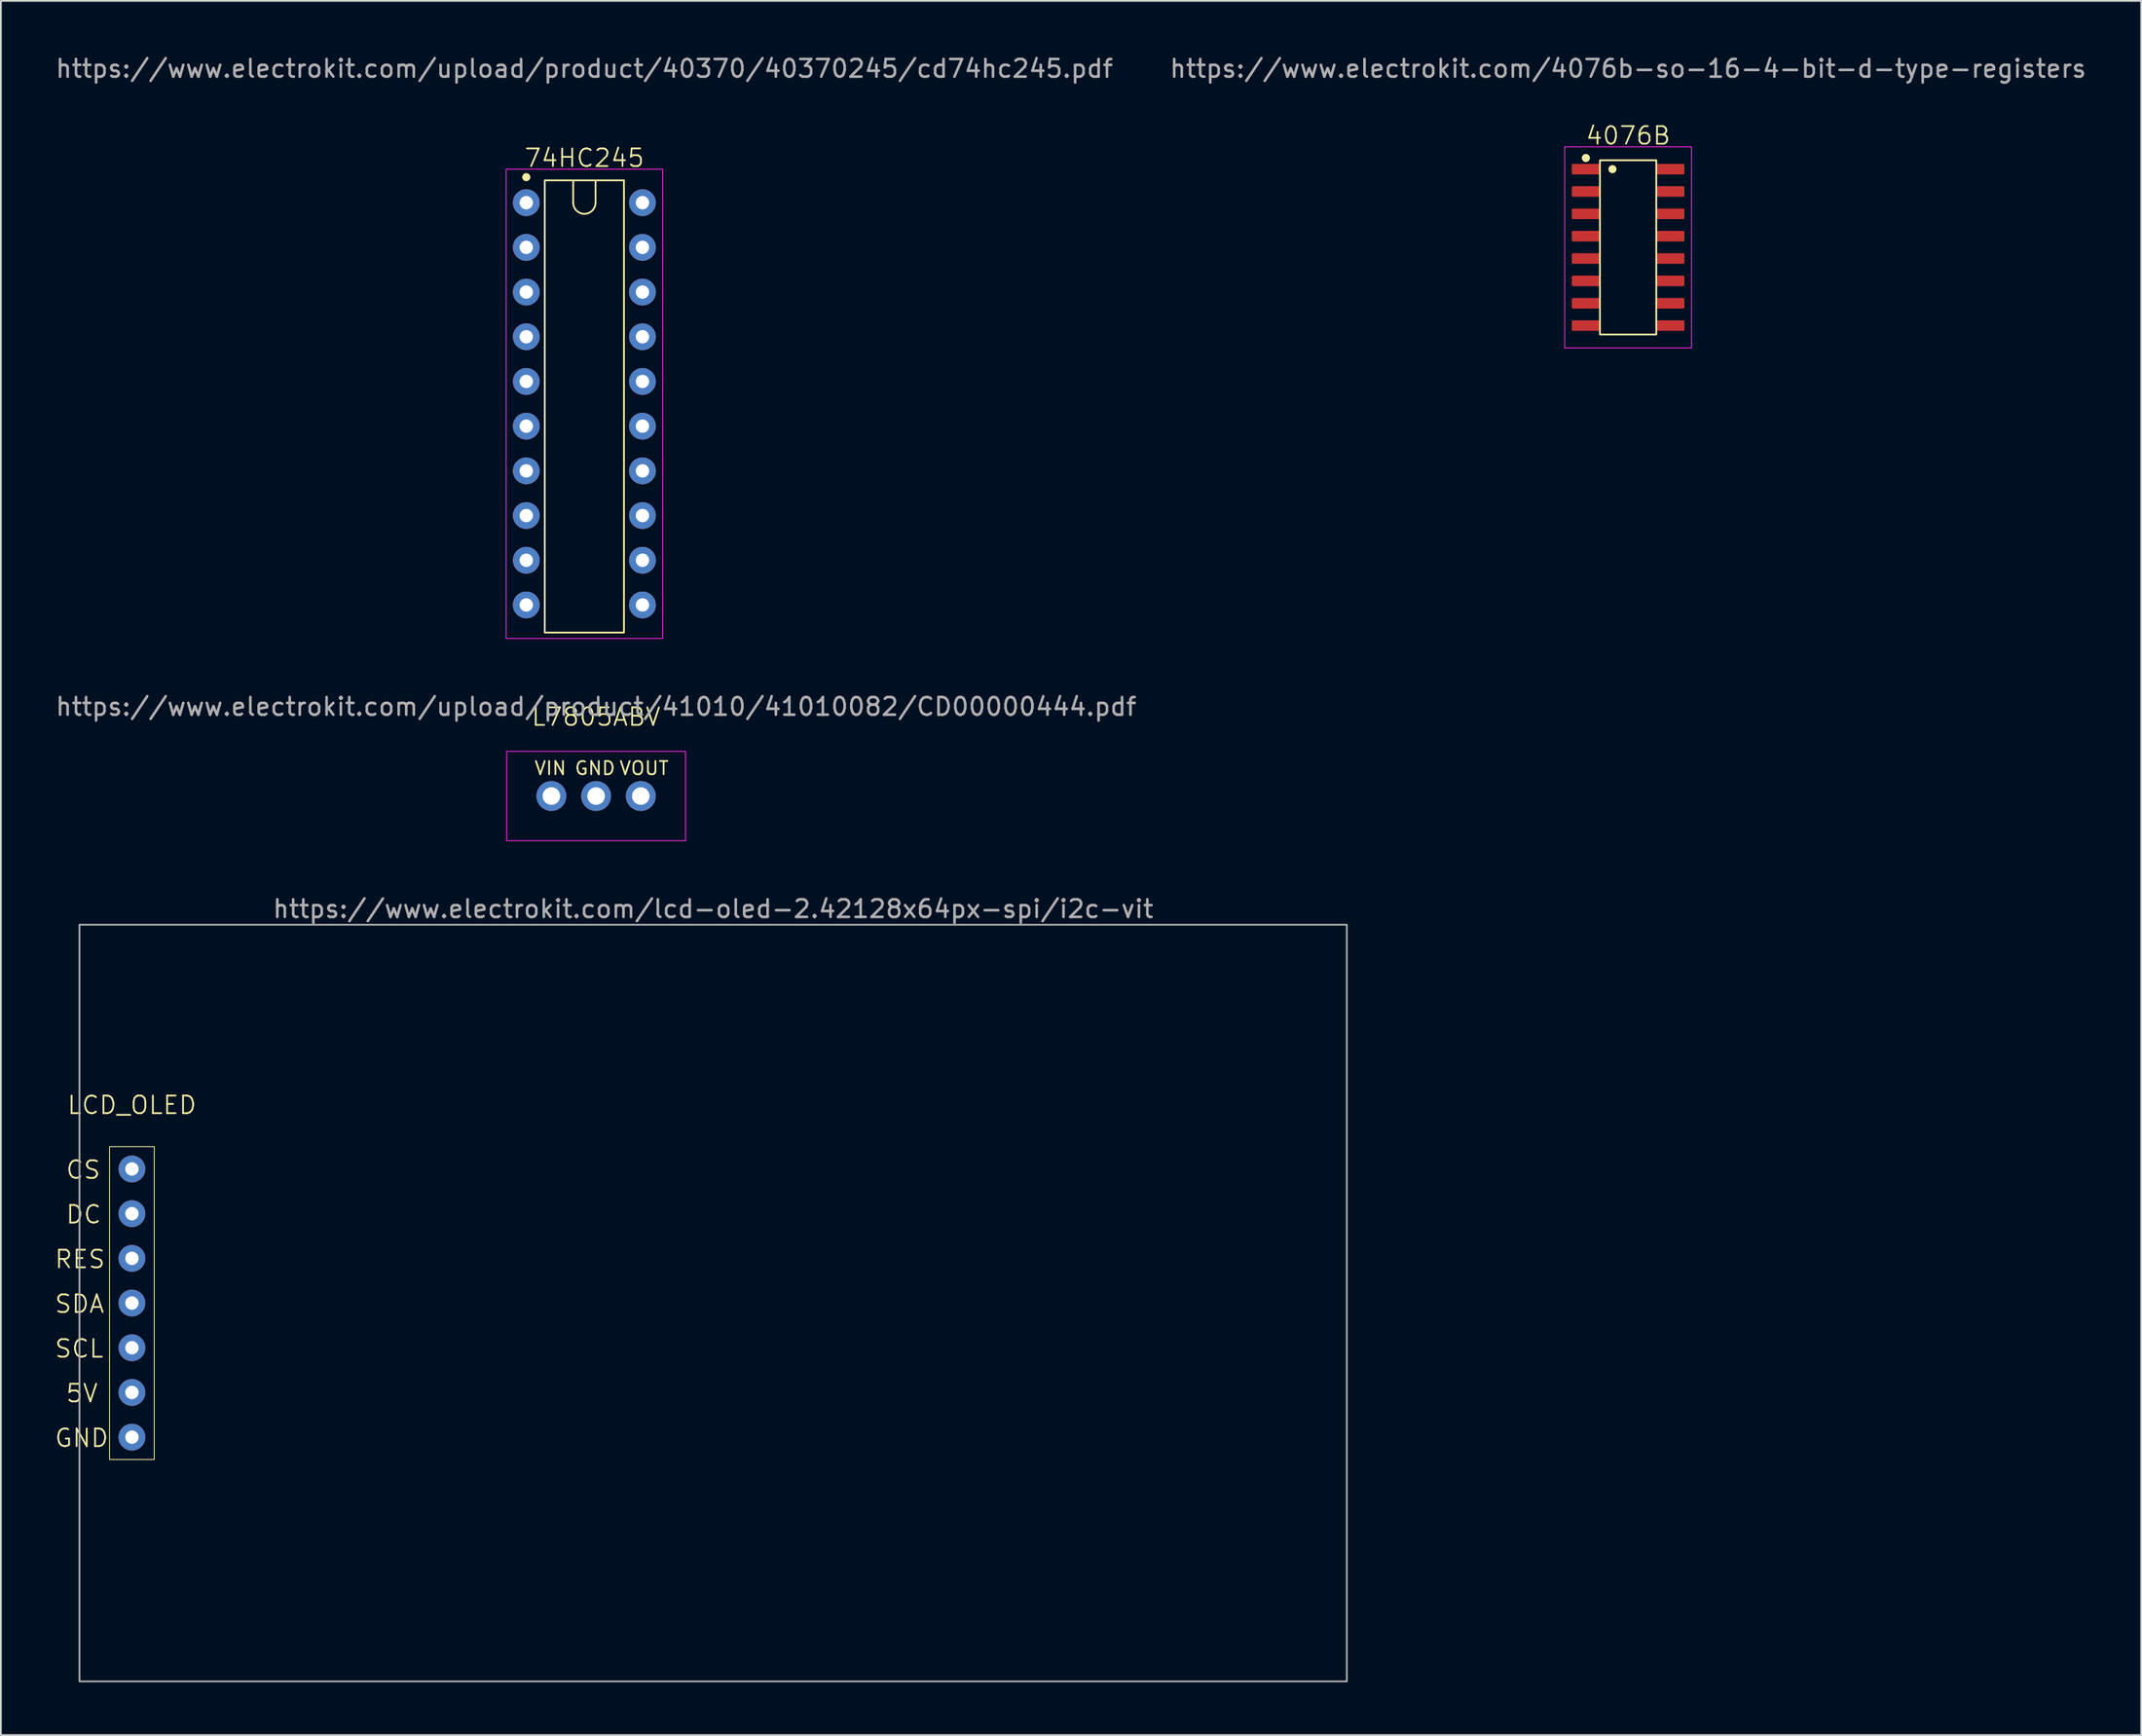
<source format=kicad_pcb>
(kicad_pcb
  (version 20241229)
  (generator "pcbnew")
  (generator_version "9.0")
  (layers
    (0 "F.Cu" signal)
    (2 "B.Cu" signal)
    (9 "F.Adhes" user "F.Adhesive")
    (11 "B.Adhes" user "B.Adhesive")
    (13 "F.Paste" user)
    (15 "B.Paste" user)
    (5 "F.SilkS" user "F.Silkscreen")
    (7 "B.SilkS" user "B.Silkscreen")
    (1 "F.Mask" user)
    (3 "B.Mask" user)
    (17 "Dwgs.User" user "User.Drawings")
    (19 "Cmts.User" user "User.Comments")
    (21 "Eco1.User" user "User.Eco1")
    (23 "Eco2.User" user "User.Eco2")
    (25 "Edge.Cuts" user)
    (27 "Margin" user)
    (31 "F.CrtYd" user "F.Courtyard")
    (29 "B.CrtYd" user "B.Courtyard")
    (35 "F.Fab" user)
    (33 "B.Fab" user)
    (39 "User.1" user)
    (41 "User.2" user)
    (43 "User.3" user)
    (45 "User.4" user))
  (footprint "LCD_OLED"
    (layer "F.Cu")
    (at 4.445 71)
    (property "Reference" "LCD_OLED" (at 0 -11.25 0) (unlocked yes) (layer "F.SilkS") (effects (font (size 1 1) (thickness 0.1))))
    (attr through_hole)
    (fp_rect (start -1.27 -8.89) (end 1.27 8.89) (stroke (width 0.05) (type default)) (fill no) (layer "F.SilkS"))
    (fp_rect (start -2.98 -21.5) (end 69.02 21.5) (stroke (width 0.1) (type default)) (fill no) (layer "F.Fab"))
    (fp_text user "RES" (at -4.445 -1.905 0) (unlocked yes) (layer "F.SilkS") (effects (font (size 1 1) (thickness 0.1)) (justify left bottom)))
    (fp_text user "DC" (at -3.81 -4.445 0) (unlocked yes) (layer "F.SilkS") (effects (font (size 1 1) (thickness 0.1)) (justify left bottom)))
    (fp_text user "5V" (at -3.81 5.715 0) (unlocked yes) (layer "F.SilkS") (effects (font (size 1 1) (thickness 0.1)) (justify left bottom)))
    (fp_text user "SCL" (at -4.445 3.175 0) (unlocked yes) (layer "F.SilkS") (effects (font (size 1 1) (thickness 0.1)) (justify left bottom)))
    (fp_text user "GND" (at -4.445 8.255 0) (unlocked yes) (layer "F.SilkS") (effects (font (size 1 1) (thickness 0.1)) (justify left bottom)))
    (fp_text user "SDA" (at -4.445 0.635 0) (unlocked yes) (layer "F.SilkS") (effects (font (size 1 1) (thickness 0.1)) (justify left bottom)))
    (fp_text user "CS" (at -3.81 -6.985 0) (unlocked yes) (layer "F.SilkS") (effects (font (size 1 1) (thickness 0.1)) (justify left bottom)))
    (fp_text user "https://www.electrokit.com/lcd-oled-2.42128x64px-spi/i2c-vit" (at 33.02 -22.4 0) (unlocked yes) (layer "F.Fab") (effects (font (size 1 1) (thickness 0.15))))
    (pad "1" thru_hole circle (at 0 7.62) (size 1.524 1.524) (drill 0.762) (layers "*.Cu" "*.Mask"))
    (pad "2" thru_hole circle (at 0 5.08) (size 1.524 1.524) (drill 0.762) (layers "*.Cu" "*.Mask"))
    (pad "3" thru_hole circle (at 0 2.54) (size 1.524 1.524) (drill 0.762) (layers "*.Cu" "*.Mask"))
    (pad "4" thru_hole circle (at 0 0) (size 1.524 1.524) (drill 0.762) (layers "*.Cu" "*.Mask"))
    (pad "5" thru_hole circle (at 0 -2.54) (size 1.524 1.524) (drill 0.762) (layers "*.Cu" "*.Mask"))
    (pad "6" thru_hole circle (at 0 -5.08) (size 1.524 1.524) (drill 0.762) (layers "*.Cu" "*.Mask"))
    (pad "7" thru_hole circle (at 0 -7.62) (size 1.524 1.524) (drill 0.762) (layers "*.Cu" "*.Mask")))
  (footprint "L7805ABV"
    (layer "F.Cu")
    (at 30.815 42.187)
    (property "Reference" "L7805ABV" (at 0 -4.5 0) (unlocked yes) (layer "F.SilkS") (effects (font (size 1 1) (thickness 0.1))))
    (attr through_hole)
    (fp_rect (start -5.08 -2.54) (end 5.08 2.54) (stroke (width 0.05) (type default)) (fill no) (layer "F.CrtYd"))
    (fp_text user "VIN" (at -3.556 -1.143 0) (unlocked yes) (layer "F.SilkS") (effects (font (size 0.75 0.75) (thickness 0.1)) (justify left bottom)))
    (fp_text user "GND" (at -1.27 -1.143 0) (unlocked yes) (layer "F.SilkS") (effects (font (size 0.75 0.75) (thickness 0.1)) (justify left bottom)))
    (fp_text user "VOUT" (at 1.27 -1.143 0) (unlocked yes) (layer "F.SilkS") (effects (font (size 0.75 0.75) (thickness 0.1)) (justify left bottom)))
    (fp_text user "https://www.electrokit.com/upload/product/41010/41010082/CD00000444.pdf" (at 0 -5.08 0) (unlocked yes) (layer "F.Fab") (effects (font (size 1 1) (thickness 0.15))))
    (pad "1" thru_hole circle (at -2.54 0) (size 1.7 1.7) (drill 1) (layers "*.Cu" "*.Mask"))
    (pad "2" thru_hole circle (at 0 0) (size 1.7 1.7) (drill 1) (layers "*.Cu" "*.Mask"))
    (pad "3" thru_hole circle (at 2.54 0) (size 1.7 1.7) (drill 1) (layers "*.Cu" "*.Mask")))
  (footprint "4076B"
    (layer "F.Cu")
    (at 89.446 11.008)
    (property "Reference" "4076B" (at 0 -6.35 0) (unlocked yes) (layer "F.SilkS") (effects (font (size 1 1) (thickness 0.1))))
    (attr smd)
    (fp_rect (start -1.6 -4.95) (end 1.6 4.95) (stroke (width 0.1) (type solid)) (fill no) (layer "F.SilkS"))
    (fp_circle (center -2.4 -5.08) (end -2.22 -5.08) (stroke (width 0.1) (type solid)) (fill yes) (layer "F.SilkS"))
    (fp_circle (center -0.889 -4.445) (end -0.709 -4.445) (stroke (width 0.1) (type solid)) (fill yes) (layer "F.SilkS"))
    (fp_line (start -3.6 -5.715) (end -3.6 5.715) (stroke (width 0.05) (type default)) (layer "F.CrtYd"))
    (fp_line (start -3.6 5.715) (end 3.6 5.715) (stroke (width 0.05) (type default)) (layer "F.CrtYd"))
    (fp_line (start 3.6 -5.715) (end -3.6 -5.715) (stroke (width 0.05) (type default)) (layer "F.CrtYd"))
    (fp_line (start 3.6 5.715) (end 3.6 -5.715) (stroke (width 0.05) (type default)) (layer "F.CrtYd"))
    (fp_text user "https://www.electrokit.com/4076b-so-16-4-bit-d-type-registers" (at 0 -10.16 0) (unlocked yes) (layer "F.Fab") (effects (font (size 1 1) (thickness 0.15))))
    (pad "1" smd roundrect (at -2.4 -4.445) (size 1.6 0.6) (layers "F.Cu" "F.Mask" "F.Paste") (roundrect_rratio 0.117))
    (pad "2" smd roundrect (at -2.4 -3.175) (size 1.6 0.6) (layers "F.Cu" "F.Mask" "F.Paste") (roundrect_rratio 0.117))
    (pad "3" smd roundrect (at -2.4 -1.905) (size 1.6 0.6) (layers "F.Cu" "F.Mask" "F.Paste") (roundrect_rratio 0.117))
    (pad "4" smd roundrect (at -2.4 -0.635) (size 1.6 0.6) (layers "F.Cu" "F.Mask" "F.Paste") (roundrect_rratio 0.117))
    (pad "5" smd roundrect (at -2.4 0.635) (size 1.6 0.6) (layers "F.Cu" "F.Mask" "F.Paste") (roundrect_rratio 0.117))
    (pad "6" smd roundrect (at -2.4 1.905) (size 1.6 0.6) (layers "F.Cu" "F.Mask" "F.Paste") (roundrect_rratio 0.117))
    (pad "7" smd roundrect (at -2.4 3.175) (size 1.6 0.6) (layers "F.Cu" "F.Mask" "F.Paste") (roundrect_rratio 0.117))
    (pad "8" smd roundrect (at -2.4 4.445) (size 1.6 0.6) (layers "F.Cu" "F.Mask" "F.Paste") (roundrect_rratio 0.117))
    (pad "9" smd roundrect (at 2.4 4.445) (size 1.6 0.6) (layers "F.Cu" "F.Mask" "F.Paste") (roundrect_rratio 0.117))
    (pad "10" smd roundrect (at 2.4 3.175) (size 1.6 0.6) (layers "F.Cu" "F.Mask" "F.Paste") (roundrect_rratio 0.117))
    (pad "11" smd roundrect (at 2.4 1.905) (size 1.6 0.6) (layers "F.Cu" "F.Mask" "F.Paste") (roundrect_rratio 0.117))
    (pad "12" smd roundrect (at 2.4 0.635) (size 1.6 0.6) (layers "F.Cu" "F.Mask" "F.Paste") (roundrect_rratio 0.117))
    (pad "13" smd roundrect (at 2.4 -0.635) (size 1.6 0.6) (layers "F.Cu" "F.Mask" "F.Paste") (roundrect_rratio 0.117))
    (pad "14" smd roundrect (at 2.4 -1.905) (size 1.6 0.6) (layers "F.Cu" "F.Mask" "F.Paste") (roundrect_rratio 0.117))
    (pad "15" smd roundrect (at 2.4 -3.175) (size 1.6 0.6) (layers "F.Cu" "F.Mask" "F.Paste") (roundrect_rratio 0.117))
    (pad "16" smd roundrect (at 2.4 -4.445) (size 1.6 0.6) (layers "F.Cu" "F.Mask" "F.Paste") (roundrect_rratio 0.117)))
  (footprint "74HC245"
    (layer "F.Cu")
    (at 30.149 19.898)
    (property "Reference" "74HC245" (at 0 -13.97 0) (unlocked yes) (layer "F.SilkS") (effects (font (size 1 1) (thickness 0.1))))
    (attr through_hole)
    (fp_line (start -0.635 -12.7) (end -0.635 -11.43) (stroke (width 0.1) (type default)) (layer "F.SilkS"))
    (fp_line (start 0.635 -12.7) (end 0.635 -11.43) (stroke (width 0.1) (type default)) (layer "F.SilkS"))
    (fp_rect (start -2.25 -12.7) (end 2.25 13) (stroke (width 0.1) (type default)) (fill no) (layer "F.SilkS"))
    (fp_arc (start 0.635 -11.43) (mid 0 -10.795) (end -0.635 -11.43) (stroke (width 0.1) (type default)) (layer "F.SilkS"))
    (fp_circle (center -3.3 -12.88) (end -3.12 -12.88) (stroke (width 0.1) (type solid)) (fill yes) (layer "F.SilkS"))
    (fp_rect (start -4.445 -13.335) (end 4.445 13.335) (stroke (width 0.05) (type default)) (fill no) (layer "F.CrtYd"))
    (fp_text user "https://www.electrokit.com/upload/product/40370/40370245/cd74hc245.pdf" (at 0 -19.05 0) (unlocked yes) (layer "F.Fab") (effects (font (size 1 1) (thickness 0.15))))
    (pad "1" thru_hole circle (at -3.3 -11.43) (size 1.524 1.524) (drill 0.762) (layers "*.Cu" "*.Mask"))
    (pad "2" thru_hole circle (at -3.3 -8.89) (size 1.524 1.524) (drill 0.762) (layers "*.Cu" "*.Mask"))
    (pad "3" thru_hole circle (at -3.3 -6.35) (size 1.524 1.524) (drill 0.762) (layers "*.Cu" "*.Mask"))
    (pad "4" thru_hole circle (at -3.3 -3.81) (size 1.524 1.524) (drill 0.762) (layers "*.Cu" "*.Mask"))
    (pad "5" thru_hole circle (at -3.3 -1.27) (size 1.524 1.524) (drill 0.762) (layers "*.Cu" "*.Mask"))
    (pad "6" thru_hole circle (at -3.3 1.27) (size 1.524 1.524) (drill 0.762) (layers "*.Cu" "*.Mask"))
    (pad "7" thru_hole circle (at -3.3 3.81) (size 1.524 1.524) (drill 0.762) (layers "*.Cu" "*.Mask"))
    (pad "8" thru_hole circle (at -3.3 6.35) (size 1.524 1.524) (drill 0.762) (layers "*.Cu" "*.Mask"))
    (pad "9" thru_hole circle (at -3.3 8.89) (size 1.524 1.524) (drill 0.762) (layers "*.Cu" "*.Mask"))
    (pad "10" thru_hole circle (at -3.3 11.43) (size 1.524 1.524) (drill 0.762) (layers "*.Cu" "*.Mask"))
    (pad "11" thru_hole circle (at 3.3 11.43) (size 1.524 1.524) (drill 0.762) (layers "*.Cu" "*.Mask"))
    (pad "12" thru_hole circle (at 3.3 8.89) (size 1.524 1.524) (drill 0.762) (layers "*.Cu" "*.Mask"))
    (pad "13" thru_hole circle (at 3.3 6.35) (size 1.524 1.524) (drill 0.762) (layers "*.Cu" "*.Mask"))
    (pad "14" thru_hole circle (at 3.3 3.81) (size 1.524 1.524) (drill 0.762) (layers "*.Cu" "*.Mask"))
    (pad "15" thru_hole circle (at 3.3 1.27) (size 1.524 1.524) (drill 0.762) (layers "*.Cu" "*.Mask"))
    (pad "16" thru_hole circle (at 3.3 -1.27) (size 1.524 1.524) (drill 0.762) (layers "*.Cu" "*.Mask"))
    (pad "17" thru_hole circle (at 3.3 -3.81) (size 1.524 1.524) (drill 0.762) (layers "*.Cu" "*.Mask"))
    (pad "18" thru_hole circle (at 3.3 -6.35) (size 1.524 1.524) (drill 0.762) (layers "*.Cu" "*.Mask"))
    (pad "19" thru_hole circle (at 3.3 -8.89) (size 1.524 1.524) (drill 0.762) (layers "*.Cu" "*.Mask"))
    (pad "20" thru_hole circle (at 3.3 -11.43) (size 1.524 1.524) (drill 0.762) (layers "*.Cu" "*.Mask")))
  (gr_rect
    (start -3 -3)
    (end 118.595 95.55)
    (stroke (width 0.1) (type default))
    (fill no)
    (layer "Edge.Cuts")))
</source>
